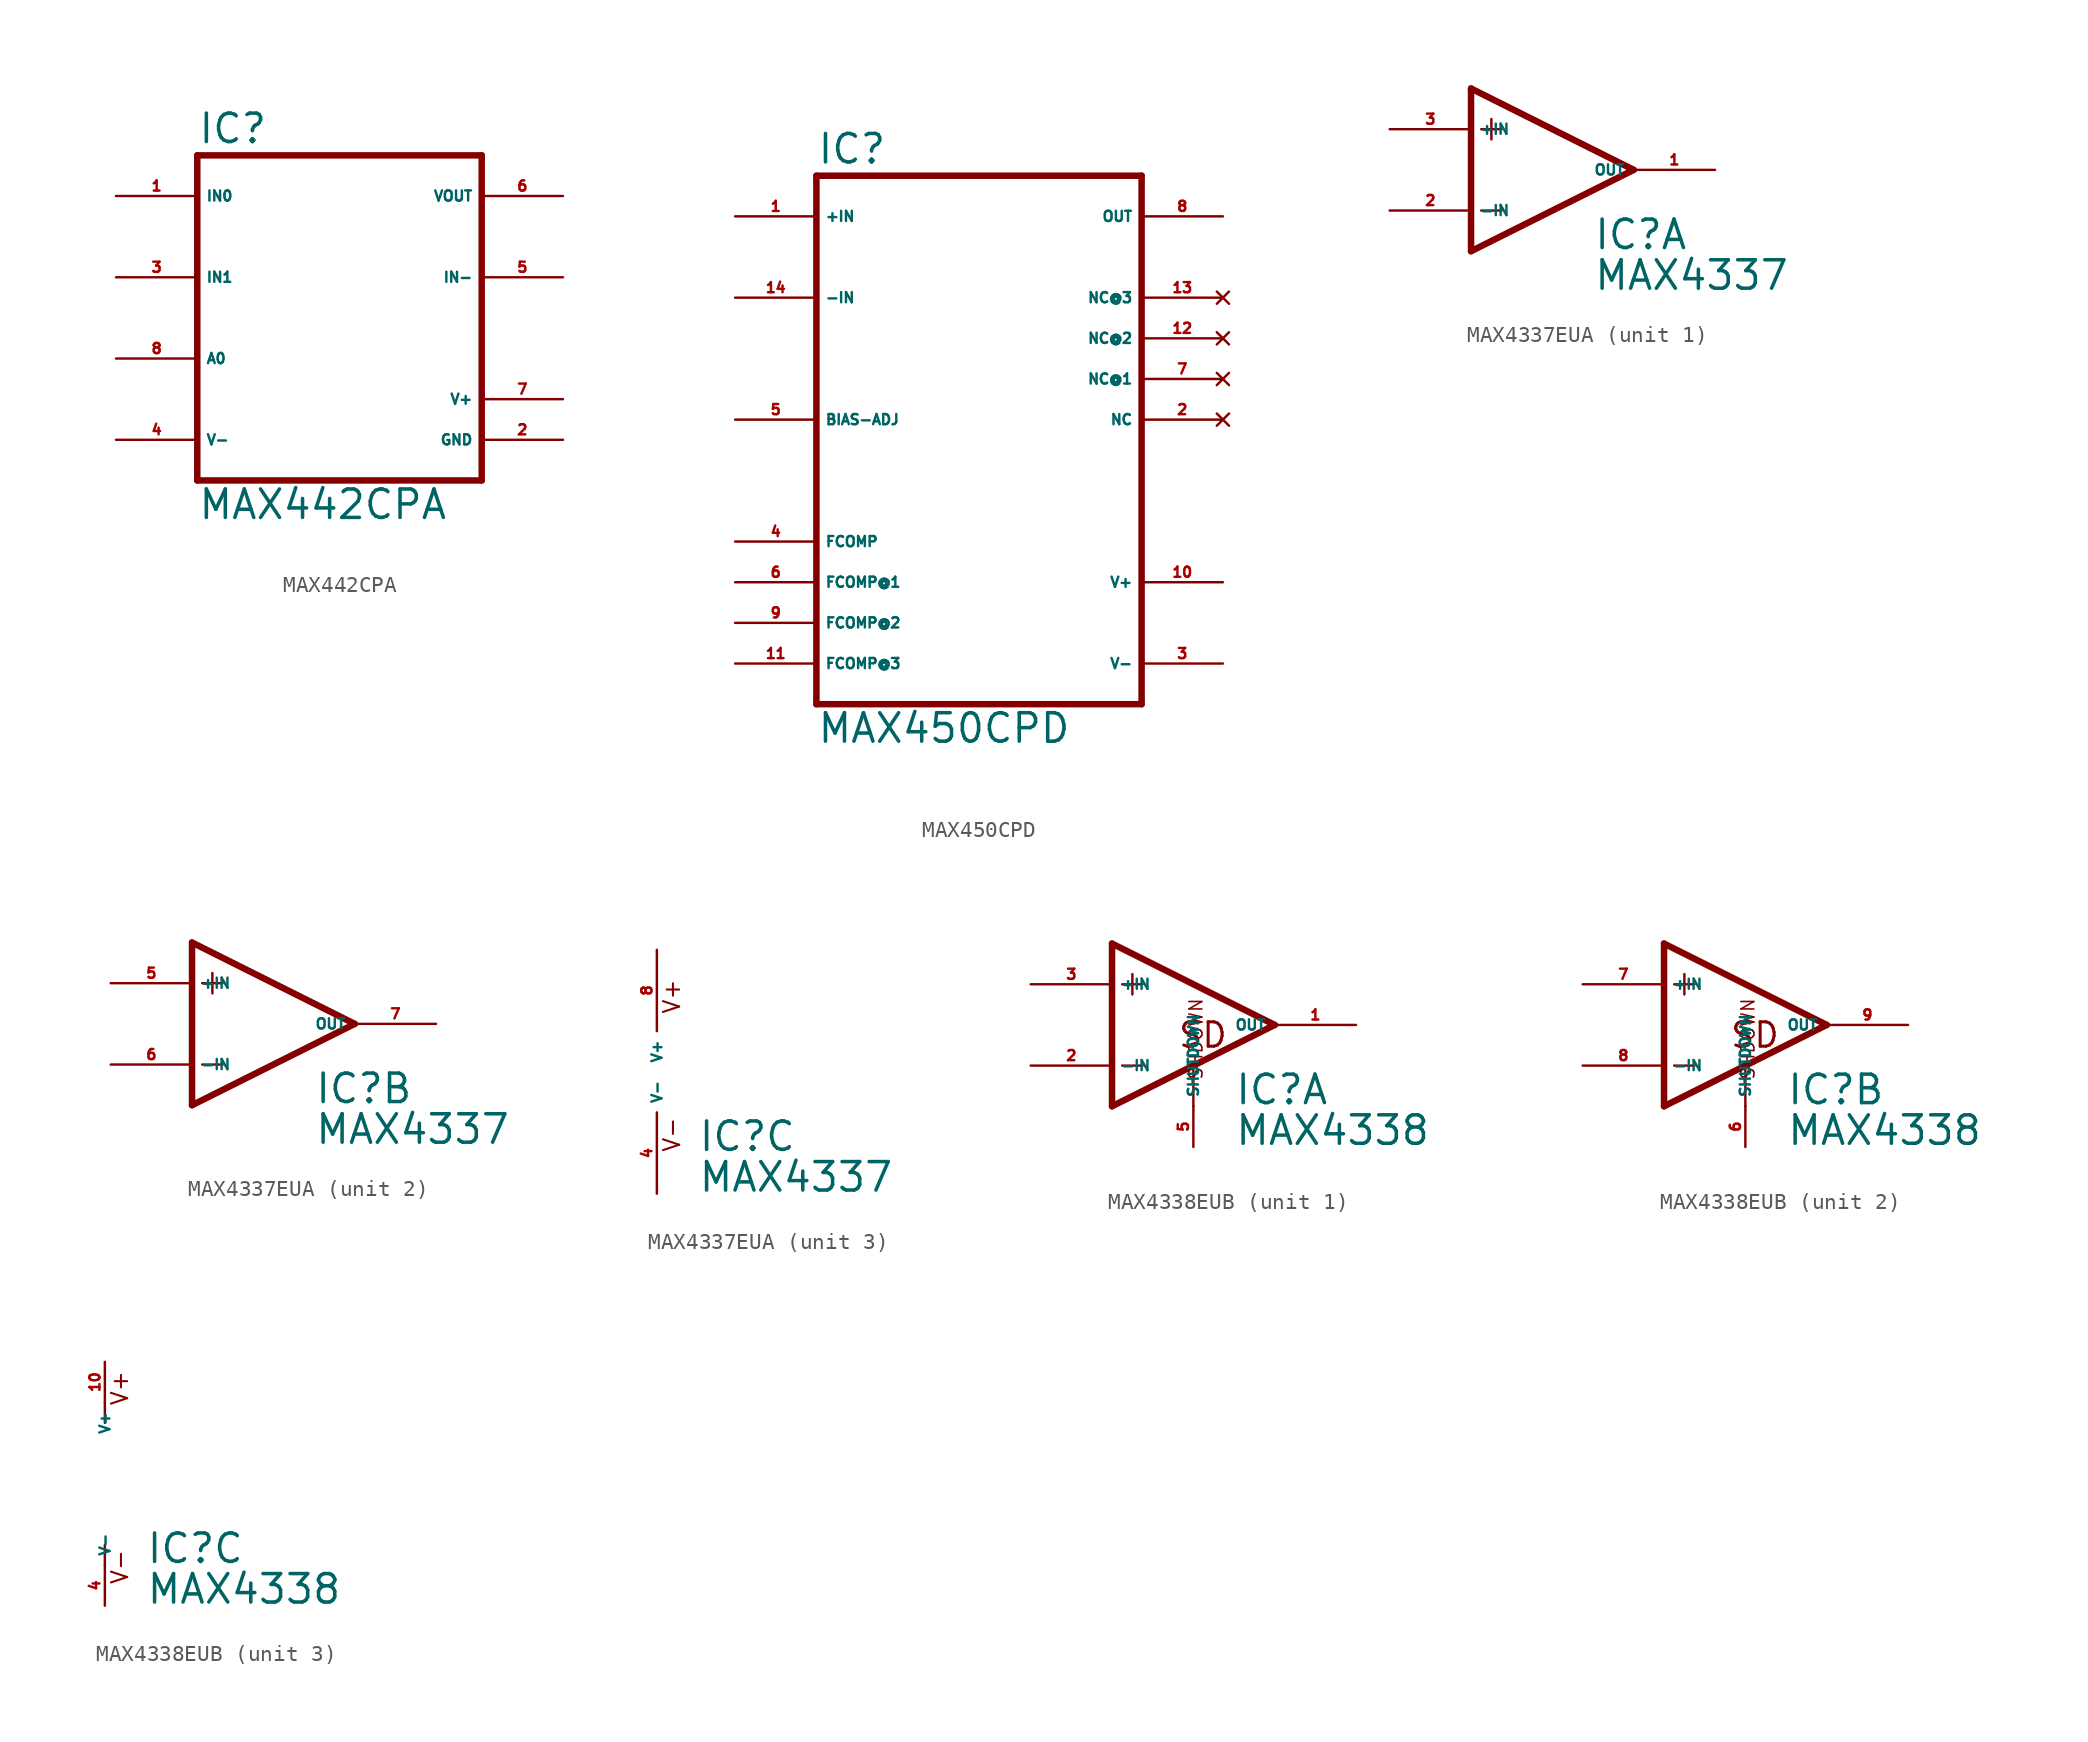
<source format=kicad_sym>
(kicad_symbol_lib
  (version 20220914)
  (generator Eagle2Kicad)
  (symbol "MAX442CPA"
    (property "Reference" "IC"
      (at -10.16 10.795 0)
      (effects (font (size 1.778 1.778) (thickness 0.22)) (justify left bottom)))
    (property "Value" "MAX442CPA"
      (at -10.16 -12.7 0)
      (effects (font (size 1.778 1.778) (thickness 0.22)) (justify left bottom)))
    (polyline
      (pts (xy 7.62 -10.16) (xy -10.16 -10.16))
      (stroke (width 0.406) (type default))
      (fill (type none)))
    (polyline
      (pts (xy -10.16 10.16) (xy -10.16 -10.16))
      (stroke (width 0.406) (type default))
      (fill (type none)))
    (polyline
      (pts (xy -10.16 10.16) (xy 7.62 10.16))
      (stroke (width 0.406) (type default))
      (fill (type none)))
    (polyline
      (pts (xy 7.62 -10.16) (xy 7.62 10.16))
      (stroke (width 0.406) (type default))
      (fill (type none)))
    (pin unspecified line
      (at 12.7 -5.08 180)
      (length 5.08)
      (name "V+" (effects (font (size 0.635 0.635) (thickness 0.08)) (justify left bottom)))
      (number "7" (effects (font (size 0.635 0.635) (thickness 0.08)) (justify left bottom))))
    (pin input line
      (at 12.7 2.54 180)
      (length 5.08)
      (name "IN-" (effects (font (size 0.635 0.635) (thickness 0.08)) (justify left bottom)))
      (number "5" (effects (font (size 0.635 0.635) (thickness 0.08)) (justify left bottom))))
    (pin output line
      (at 12.7 7.62 180)
      (length 5.08)
      (name "VOUT" (effects (font (size 0.635 0.635) (thickness 0.08)) (justify left bottom)))
      (number "6" (effects (font (size 0.635 0.635) (thickness 0.08)) (justify left bottom))))
    (pin unspecified line
      (at 12.7 -7.62 180)
      (length 5.08)
      (name "GND" (effects (font (size 0.635 0.635) (thickness 0.08)) (justify left bottom)))
      (number "2" (effects (font (size 0.635 0.635) (thickness 0.08)) (justify left bottom))))
    (pin input line
      (at -15.24 7.62 0)
      (length 5.08)
      (name "IN0" (effects (font (size 0.635 0.635) (thickness 0.08)) (justify left bottom)))
      (number "1" (effects (font (size 0.635 0.635) (thickness 0.08)) (justify left bottom))))
    (pin input line
      (at -15.24 2.54 0)
      (length 5.08)
      (name "IN1" (effects (font (size 0.635 0.635) (thickness 0.08)) (justify left bottom)))
      (number "3" (effects (font (size 0.635 0.635) (thickness 0.08)) (justify left bottom))))
    (pin input line
      (at -15.24 -2.54 0)
      (length 5.08)
      (name "A0" (effects (font (size 0.635 0.635) (thickness 0.08)) (justify left bottom)))
      (number "8" (effects (font (size 0.635 0.635) (thickness 0.08)) (justify left bottom))))
    (pin unspecified line
      (at -15.24 -7.62 0)
      (length 5.08)
      (name "V-" (effects (font (size 0.635 0.635) (thickness 0.08)) (justify left bottom)))
      (number "4" (effects (font (size 0.635 0.635) (thickness 0.08)) (justify left bottom)))))
  (symbol "MAX450CPD"
    (property "Reference" "IC"
      (at -10.16 15.875 0)
      (effects (font (size 1.778 1.778) (thickness 0.22)) (justify left bottom)))
    (property "Value" "MAX450CPD"
      (at -10.16 -20.32 0)
      (effects (font (size 1.778 1.778) (thickness 0.22)) (justify left bottom)))
    (polyline
      (pts (xy -10.16 -17.78) (xy 10.16 -17.78))
      (stroke (width 0.406) (type default))
      (fill (type none)))
    (polyline
      (pts (xy 10.16 15.24) (xy 10.16 -17.78))
      (stroke (width 0.406) (type default))
      (fill (type none)))
    (polyline
      (pts (xy 10.16 15.24) (xy -10.16 15.24))
      (stroke (width 0.406) (type default))
      (fill (type none)))
    (polyline
      (pts (xy -10.16 -17.78) (xy -10.16 15.24))
      (stroke (width 0.406) (type default))
      (fill (type none)))
    (pin input line
      (at -15.24 12.7 0)
      (length 5.08)
      (name "+IN" (effects (font (size 0.635 0.635) (thickness 0.08)) (justify left bottom)))
      (number "1" (effects (font (size 0.635 0.635) (thickness 0.08)) (justify left bottom))))
    (pin input line
      (at -15.24 7.62 0)
      (length 5.08)
      (name "-IN" (effects (font (size 0.635 0.635) (thickness 0.08)) (justify left bottom)))
      (number "14" (effects (font (size 0.635 0.635) (thickness 0.08)) (justify left bottom))))
    (pin input line
      (at -15.24 0 0)
      (length 5.08)
      (name "BIAS-ADJ" (effects (font (size 0.635 0.635) (thickness 0.08)) (justify left bottom)))
      (number "5" (effects (font (size 0.635 0.635) (thickness 0.08)) (justify left bottom))))
    (pin passive line
      (at -15.24 -7.62 0)
      (length 5.08)
      (name "FCOMP" (effects (font (size 0.635 0.635) (thickness 0.08)) (justify left bottom)))
      (number "4" (effects (font (size 0.635 0.635) (thickness 0.08)) (justify left bottom))))
    (pin passive line
      (at -15.24 -10.16 0)
      (length 5.08)
      (name "FCOMP@1" (effects (font (size 0.635 0.635) (thickness 0.08)) (justify left bottom)))
      (number "6" (effects (font (size 0.635 0.635) (thickness 0.08)) (justify left bottom))))
    (pin passive line
      (at -15.24 -12.7 0)
      (length 5.08)
      (name "FCOMP@2" (effects (font (size 0.635 0.635) (thickness 0.08)) (justify left bottom)))
      (number "9" (effects (font (size 0.635 0.635) (thickness 0.08)) (justify left bottom))))
    (pin passive line
      (at -15.24 -15.24 0)
      (length 5.08)
      (name "FCOMP@3" (effects (font (size 0.635 0.635) (thickness 0.08)) (justify left bottom)))
      (number "11" (effects (font (size 0.635 0.635) (thickness 0.08)) (justify left bottom))))
    (pin unspecified line
      (at 15.24 -15.24 180)
      (length 5.08)
      (name "V-" (effects (font (size 0.635 0.635) (thickness 0.08)) (justify left bottom)))
      (number "3" (effects (font (size 0.635 0.635) (thickness 0.08)) (justify left bottom))))
    (pin unspecified line
      (at 15.24 -10.16 180)
      (length 5.08)
      (name "V+" (effects (font (size 0.635 0.635) (thickness 0.08)) (justify left bottom)))
      (number "10" (effects (font (size 0.635 0.635) (thickness 0.08)) (justify left bottom))))
    (pin no_connect line
      (at 15.24 0 180)
      (length 5.08)
      (name "NC" (effects (font (size 0.635 0.635) (thickness 0.08)) (justify left bottom) hide))
      (number "2" (effects (font (size 0.635 0.635) (thickness 0.08)) (justify left bottom) hide)))
    (pin no_connect line
      (at 15.24 2.54 180)
      (length 5.08)
      (name "NC@1" (effects (font (size 0.635 0.635) (thickness 0.08)) (justify left bottom) hide))
      (number "7" (effects (font (size 0.635 0.635) (thickness 0.08)) (justify left bottom) hide)))
    (pin no_connect line
      (at 15.24 5.08 180)
      (length 5.08)
      (name "NC@2" (effects (font (size 0.635 0.635) (thickness 0.08)) (justify left bottom) hide))
      (number "12" (effects (font (size 0.635 0.635) (thickness 0.08)) (justify left bottom) hide)))
    (pin no_connect line
      (at 15.24 7.62 180)
      (length 5.08)
      (name "NC@3" (effects (font (size 0.635 0.635) (thickness 0.08)) (justify left bottom) hide))
      (number "13" (effects (font (size 0.635 0.635) (thickness 0.08)) (justify left bottom) hide)))
    (pin output line
      (at 15.24 12.7 180)
      (length 5.08)
      (name "OUT" (effects (font (size 0.635 0.635) (thickness 0.08)) (justify left bottom)))
      (number "8" (effects (font (size 0.635 0.635) (thickness 0.08)) (justify left bottom)))))
  (symbol "MAX4337EUA"
    (property "Reference" "IC"
      (at 2.54 -5.08 0)
      (effects (font (size 1.778 1.778) (thickness 0.22)) (justify left bottom)))
    (property "Value" "MAX4337"
      (at 2.54 -7.62 0)
      (effects (font (size 1.778 1.778) (thickness 0.22)) (justify left bottom)))
    (symbol "MAX4337EUA_1_0"
      (polyline (pts (xy -3.81 3.175) (xy -3.81 1.905)) (stroke (width 0.152) (type default)) (fill (type none)))
      (polyline (pts (xy -4.445 2.54) (xy -3.175 2.54)) (stroke (width 0.152) (type default)) (fill (type none)))
      (polyline (pts (xy -4.445 -2.54) (xy -3.175 -2.54)) (stroke (width 0.152) (type default)) (fill (type none)))
      (polyline (pts (xy -5.08 5.08) (xy -5.08 -5.08)) (stroke (width 0.406) (type default)) (fill (type none)))
      (polyline (pts (xy 5.08 0) (xy -5.08 5.08)) (stroke (width 0.406) (type default)) (fill (type none)))
      (polyline (pts (xy -5.08 -5.08) (xy 5.08 0)) (stroke (width 0.406) (type default)) (fill (type none)))
      (pin input line (at -10.16 -2.54 0) (length 5.08) (name "-IN" (effects (font (size 0.635 0.635) (thickness 0.08)) (justify left bottom))) (number "2" (effects (font (size 0.635 0.635) (thickness 0.08)) (justify left bottom))))
      (pin input line (at -10.16 2.54 0) (length 5.08) (name "+IN" (effects (font (size 0.635 0.635) (thickness 0.08)) (justify left bottom))) (number "3" (effects (font (size 0.635 0.635) (thickness 0.08)) (justify left bottom))))
      (pin output line (at 10.16 0 180) (length 5.08) (name "OUT" (effects (font (size 0.635 0.635) (thickness 0.08)) (justify left bottom))) (number "1" (effects (font (size 0.635 0.635) (thickness 0.08)) (justify left bottom)))))
    (symbol "MAX4337EUA_2_0"
      (polyline (pts (xy -3.81 3.175) (xy -3.81 1.905)) (stroke (width 0.152) (type default)) (fill (type none)))
      (polyline (pts (xy -4.445 2.54) (xy -3.175 2.54)) (stroke (width 0.152) (type default)) (fill (type none)))
      (polyline (pts (xy -4.445 -2.54) (xy -3.175 -2.54)) (stroke (width 0.152) (type default)) (fill (type none)))
      (polyline (pts (xy -5.08 5.08) (xy -5.08 -5.08)) (stroke (width 0.406) (type default)) (fill (type none)))
      (polyline (pts (xy 5.08 0) (xy -5.08 5.08)) (stroke (width 0.406) (type default)) (fill (type none)))
      (polyline (pts (xy -5.08 -5.08) (xy 5.08 0)) (stroke (width 0.406) (type default)) (fill (type none)))
      (pin input line (at -10.16 -2.54 0) (length 5.08) (name "-IN" (effects (font (size 0.635 0.635) (thickness 0.08)) (justify left bottom))) (number "6" (effects (font (size 0.635 0.635) (thickness 0.08)) (justify left bottom))))
      (pin input line (at -10.16 2.54 0) (length 5.08) (name "+IN" (effects (font (size 0.635 0.635) (thickness 0.08)) (justify left bottom))) (number "5" (effects (font (size 0.635 0.635) (thickness 0.08)) (justify left bottom))))
      (pin output line (at 10.16 0 180) (length 5.08) (name "OUT" (effects (font (size 0.635 0.635) (thickness 0.08)) (justify left bottom))) (number "7" (effects (font (size 0.635 0.635) (thickness 0.08)) (justify left bottom)))))
    (symbol "MAX4337EUA_3_0"
      (text "V+" (at 1.524 3.556 900) (effects (font (size 1.016 1.016) (thickness 0.13)) (justify left bottom)))
      (text "V-" (at 1.524 -5.08 900) (effects (font (size 1.016 1.016) (thickness 0.13)) (justify left bottom)))
      (pin unspecified line (at 0 7.62 270) (length 5.08) (name "V+" (effects (font (size 0.635 0.635) (thickness 0.08)) (justify left bottom))) (number "8" (effects (font (size 0.635 0.635) (thickness 0.08)) (justify left bottom))))
      (pin unspecified line (at 0 -7.62 90) (length 5.08) (name "V-" (effects (font (size 0.635 0.635) (thickness 0.08)) (justify left bottom))) (number "4" (effects (font (size 0.635 0.635) (thickness 0.08)) (justify left bottom))))))
  (symbol "MAX4338EUB"
    (property "Reference" "IC"
      (at 2.54 -5.08 0)
      (effects (font (size 1.778 1.778) (thickness 0.22)) (justify left bottom)))
    (property "Value" "MAX4338"
      (at 2.54 -7.62 0)
      (effects (font (size 1.778 1.778) (thickness 0.22)) (justify left bottom)))
    (symbol "MAX4338EUB_1_0"
      (polyline (pts (xy -3.81 3.175) (xy -3.81 1.905)) (stroke (width 0.152) (type default)) (fill (type none)))
      (polyline (pts (xy -4.445 2.54) (xy -3.175 2.54)) (stroke (width 0.152) (type default)) (fill (type none)))
      (polyline (pts (xy -4.445 -2.54) (xy -3.175 -2.54)) (stroke (width 0.152) (type default)) (fill (type none)))
      (polyline (pts (xy 0 -2.616) (xy 0 -5.08)) (stroke (width 0.152) (type default)) (fill (type none)))
      (polyline (pts (xy -5.08 5.08) (xy -5.08 -5.08)) (stroke (width 0.406) (type default)) (fill (type none)))
      (polyline (pts (xy -5.08 -5.08) (xy 5.08 0)) (stroke (width 0.406) (type default)) (fill (type none)))
      (polyline (pts (xy 5.08 0) (xy -5.08 5.08)) (stroke (width 0.406) (type default)) (fill (type none)))
      (text "SHDOWN" (at 0.635 -3.48 2700) (effects (font (size 0.813 0.813) (thickness 0.10)) (justify left bottom)))
      (text "SD" (at -1.016 -1.524 0) (effects (font (size 1.524 1.524) (thickness 0.19)) (justify left bottom)))
      (pin input line (at -10.16 -2.54 0) (length 5.08) (name "-IN" (effects (font (size 0.635 0.635) (thickness 0.08)) (justify left bottom))) (number "2" (effects (font (size 0.635 0.635) (thickness 0.08)) (justify left bottom))))
      (pin input line (at -10.16 2.54 0) (length 5.08) (name "+IN" (effects (font (size 0.635 0.635) (thickness 0.08)) (justify left bottom))) (number "3" (effects (font (size 0.635 0.635) (thickness 0.08)) (justify left bottom))))
      (pin output line (at 10.16 0 180) (length 5.08) (name "OUT" (effects (font (size 0.635 0.635) (thickness 0.08)) (justify left bottom))) (number "1" (effects (font (size 0.635 0.635) (thickness 0.08)) (justify left bottom))))
      (pin passive line (at 0 -7.62 90) (length 2.54) (name "SHUTDOWN" (effects (font (size 0.635 0.635) (thickness 0.08)) (justify left bottom))) (number "5" (effects (font (size 0.635 0.635) (thickness 0.08)) (justify left bottom)))))
    (symbol "MAX4338EUB_2_0"
      (polyline (pts (xy -3.81 3.175) (xy -3.81 1.905)) (stroke (width 0.152) (type default)) (fill (type none)))
      (polyline (pts (xy -4.445 2.54) (xy -3.175 2.54)) (stroke (width 0.152) (type default)) (fill (type none)))
      (polyline (pts (xy -4.445 -2.54) (xy -3.175 -2.54)) (stroke (width 0.152) (type default)) (fill (type none)))
      (polyline (pts (xy 0 -2.616) (xy 0 -5.08)) (stroke (width 0.152) (type default)) (fill (type none)))
      (polyline (pts (xy -5.08 5.08) (xy -5.08 -5.08)) (stroke (width 0.406) (type default)) (fill (type none)))
      (polyline (pts (xy -5.08 -5.08) (xy 5.08 0)) (stroke (width 0.406) (type default)) (fill (type none)))
      (polyline (pts (xy 5.08 0) (xy -5.08 5.08)) (stroke (width 0.406) (type default)) (fill (type none)))
      (text "SHDOWN" (at 0.635 -3.48 2700) (effects (font (size 0.813 0.813) (thickness 0.10)) (justify left bottom)))
      (text "SD" (at -1.016 -1.524 0) (effects (font (size 1.524 1.524) (thickness 0.19)) (justify left bottom)))
      (pin input line (at -10.16 -2.54 0) (length 5.08) (name "-IN" (effects (font (size 0.635 0.635) (thickness 0.08)) (justify left bottom))) (number "8" (effects (font (size 0.635 0.635) (thickness 0.08)) (justify left bottom))))
      (pin input line (at -10.16 2.54 0) (length 5.08) (name "+IN" (effects (font (size 0.635 0.635) (thickness 0.08)) (justify left bottom))) (number "7" (effects (font (size 0.635 0.635) (thickness 0.08)) (justify left bottom))))
      (pin output line (at 10.16 0 180) (length 5.08) (name "OUT" (effects (font (size 0.635 0.635) (thickness 0.08)) (justify left bottom))) (number "9" (effects (font (size 0.635 0.635) (thickness 0.08)) (justify left bottom))))
      (pin passive line (at 0 -7.62 90) (length 2.54) (name "SHUTDOWN" (effects (font (size 0.635 0.635) (thickness 0.08)) (justify left bottom))) (number "6" (effects (font (size 0.635 0.635) (thickness 0.08)) (justify left bottom)))))
    (symbol "MAX4338EUB_3_0"
      (polyline (pts (xy 0 3.81) (xy 0 5.08)) (stroke (width 0.152) (type default)) (fill (type none)))
      (polyline (pts (xy 0 -3.81) (xy 0 -5.08)) (stroke (width 0.152) (type default)) (fill (type none)))
      (text "V+" (at 1.524 4.826 900) (effects (font (size 1.016 1.016) (thickness 0.13)) (justify left bottom)))
      (text "V-" (at 1.524 -6.35 900) (effects (font (size 1.016 1.016) (thickness 0.13)) (justify left bottom)))
      (pin unspecified line (at 0 7.62 270) (length 2.54) (name "V+" (effects (font (size 0.635 0.635) (thickness 0.08)) (justify left bottom))) (number "10" (effects (font (size 0.635 0.635) (thickness 0.08)) (justify left bottom))))
      (pin unspecified line (at 0 -7.62 90) (length 2.54) (name "V-" (effects (font (size 0.635 0.635) (thickness 0.08)) (justify left bottom))) (number "4" (effects (font (size 0.635 0.635) (thickness 0.08)) (justify left bottom)))))))
</source>
